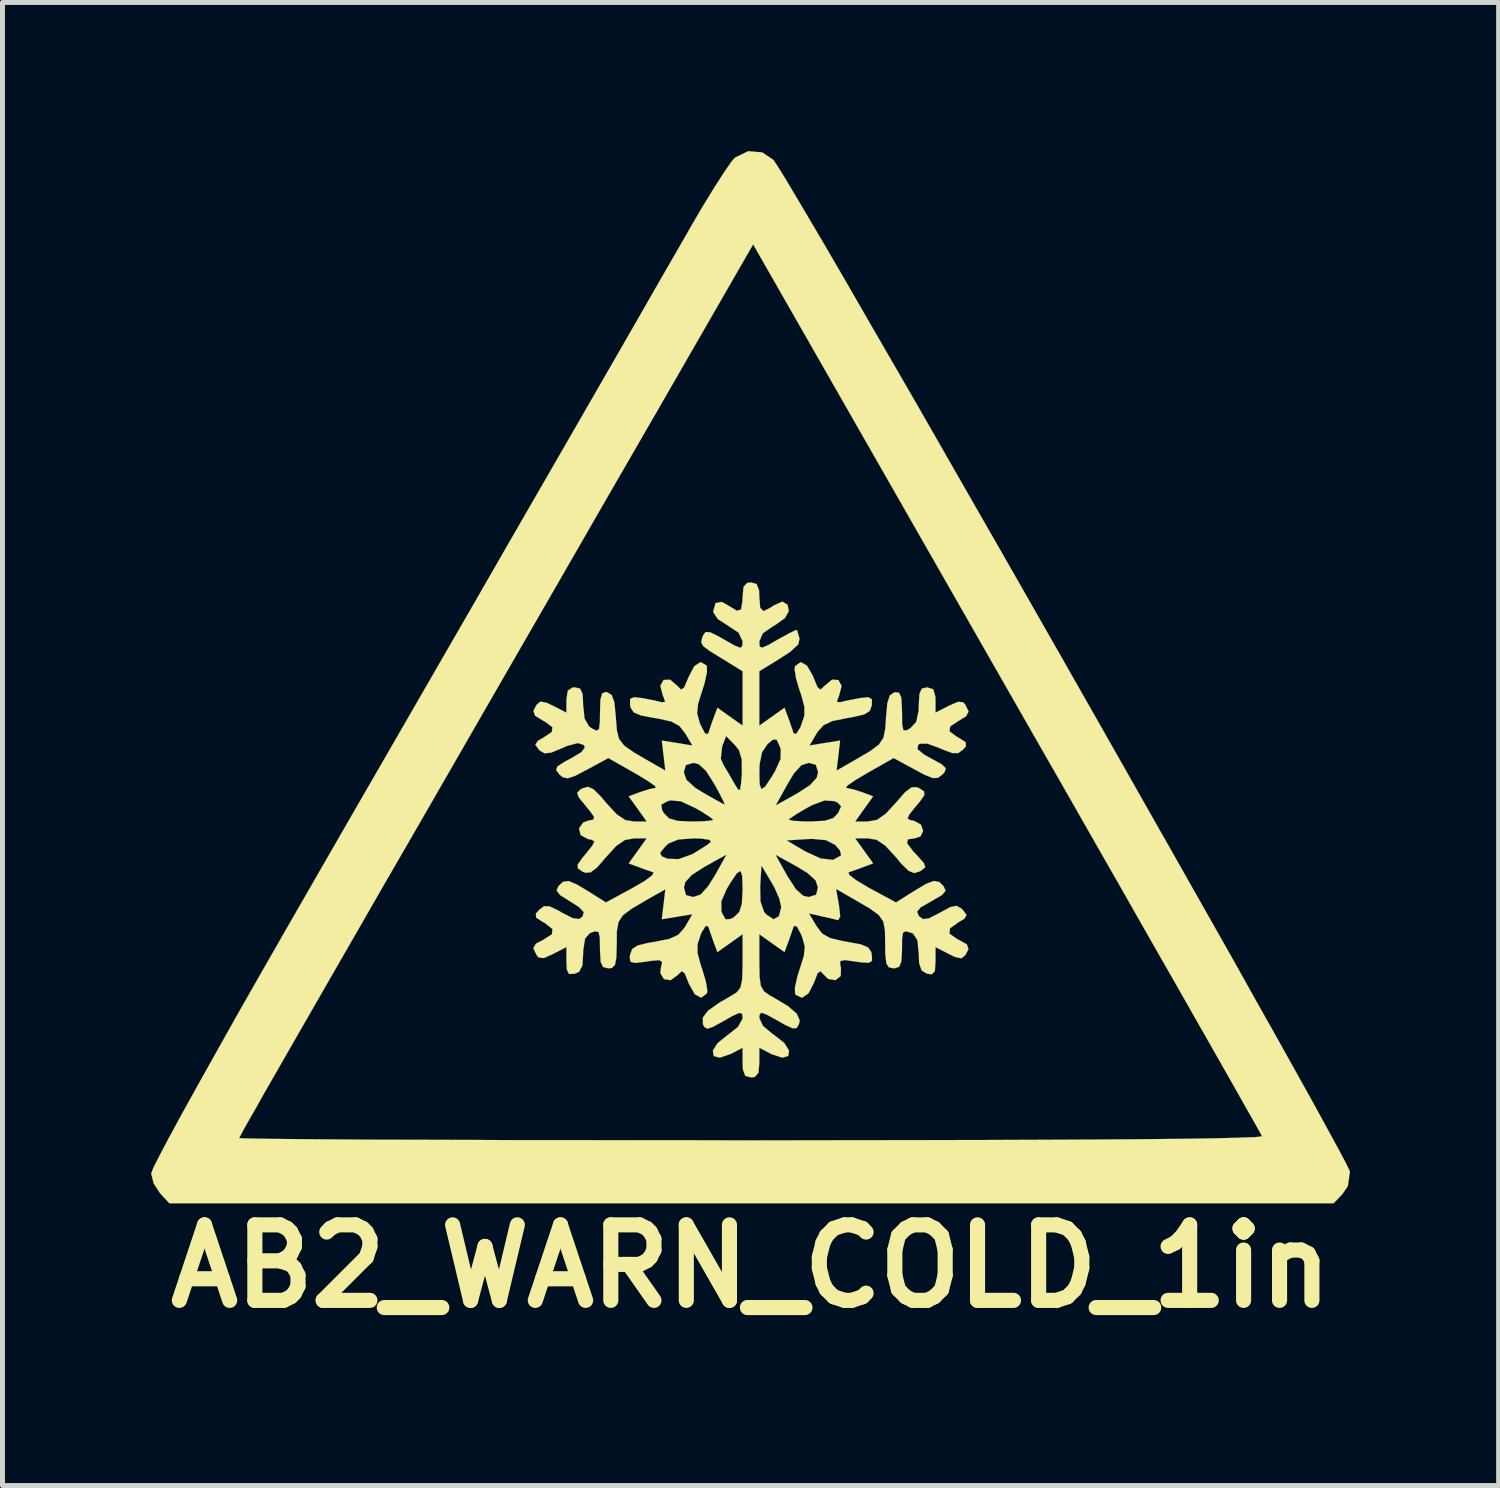
<source format=kicad_pcb>
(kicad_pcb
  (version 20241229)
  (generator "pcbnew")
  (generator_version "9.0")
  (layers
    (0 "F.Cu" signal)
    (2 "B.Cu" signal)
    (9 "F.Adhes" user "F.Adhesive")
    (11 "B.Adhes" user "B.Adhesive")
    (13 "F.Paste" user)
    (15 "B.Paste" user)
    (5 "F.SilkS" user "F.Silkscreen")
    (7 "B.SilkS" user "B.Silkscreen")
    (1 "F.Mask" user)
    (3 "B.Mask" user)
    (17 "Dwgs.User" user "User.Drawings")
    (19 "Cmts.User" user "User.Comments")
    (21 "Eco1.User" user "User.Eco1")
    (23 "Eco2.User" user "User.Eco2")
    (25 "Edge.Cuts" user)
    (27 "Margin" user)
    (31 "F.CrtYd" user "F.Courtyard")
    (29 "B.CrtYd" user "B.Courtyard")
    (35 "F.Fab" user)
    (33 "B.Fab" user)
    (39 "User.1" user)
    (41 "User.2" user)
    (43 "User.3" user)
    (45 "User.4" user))
  (footprint "AB2_WARN_COLD_1in"
    (layer "F.Cu")
    (at 12.109 10.57)
    (property "Reference" "AB2_WARN_COLD_1in" (at 0 11.938 0) (layer "F.SilkS") (effects (font (size 1.524 1.524) (thickness 0.305))))
    (attr through_hole)
    (fp_poly (pts (xy 12.088 10.033) (xy 12.047 10.32) (xy 11.941 10.477) (xy 11.76 10.668) (xy 10.315 10.668) (xy 10.315 9.314) (xy 10.269 9.23) (xy 10.145 9.009) (xy 9.947 8.661) (xy 9.682 8.191) (xy 9.352 7.61) (xy 8.964 6.929) (xy 8.522 6.152) (xy 8.031 5.293) (xy 7.501 4.361) (xy 6.929 3.36) (xy 6.327 2.304) (xy 5.695 1.201) (xy 5.164 0.272) (xy 0.043 -8.687) (xy -1.91 -5.296) (xy -2.921 -3.546) (xy -3.848 -1.935) (xy -4.699 -0.46) (xy -5.474 0.884) (xy -6.177 2.106) (xy -6.812 3.208) (xy -7.384 4.196) (xy -7.892 5.08) (xy -8.341 5.86) (xy -8.735 6.546) (xy -9.075 7.137) (xy -9.368 7.648) (xy -9.614 8.077) (xy -9.82 8.435) (xy -9.982 8.725) (xy -10.112 8.951) (xy -10.208 9.121) (xy -10.274 9.241) (xy -10.312 9.314) (xy -10.33 9.347) (xy -10.33 9.352) (xy -10.249 9.357) (xy -10.005 9.362) (xy -9.614 9.368) (xy -9.086 9.373) (xy -8.428 9.378) (xy -7.653 9.383) (xy -6.769 9.385) (xy -5.786 9.388) (xy -4.719 9.393) (xy -3.574 9.393) (xy -2.362 9.395) (xy -1.092 9.395) (xy 0.005 9.398) (xy 1.725 9.395) (xy 3.294 9.393) (xy 4.709 9.39) (xy 5.969 9.385) (xy 7.074 9.38) (xy 8.019 9.373) (xy 8.804 9.365) (xy 9.426 9.355) (xy 9.886 9.342) (xy 10.18 9.332) (xy 10.307 9.317) (xy 10.315 9.314) (xy 10.315 10.668) (xy 0.01 10.668) (xy -11.74 10.668) (xy -11.925 10.47) (xy -12.057 10.267) (xy -12.108 10.069) (xy -12.068 9.962) (xy -11.946 9.718) (xy -11.753 9.352) (xy -11.491 8.87) (xy -11.168 8.288) (xy -10.79 7.612) (xy -10.366 6.858) (xy -9.896 6.032) (xy -9.39 5.149) (xy -9.009 4.486) (xy -8.014 2.758) (xy -7.099 1.173) (xy -6.261 -0.279) (xy -5.499 -1.6) (xy -4.811 -2.797) (xy -4.188 -3.876) (xy -3.63 -4.844) (xy -3.134 -5.705) (xy -2.697 -6.464) (xy -2.314 -7.13) (xy -1.984 -7.706) (xy -1.702 -8.197) (xy -1.463 -8.611) (xy -1.267 -8.951) (xy -1.255 -8.976) (xy -1.001 -9.411) (xy -0.762 -9.802) (xy -0.556 -10.124) (xy -0.404 -10.345) (xy -0.328 -10.437) (xy -0.056 -10.569) (xy 0.226 -10.544) (xy 0.45 -10.394) (xy 0.521 -10.29) (xy 0.671 -10.051) (xy 0.889 -9.685) (xy 1.173 -9.205) (xy 1.519 -8.618) (xy 1.915 -7.938) (xy 2.357 -7.17) (xy 2.842 -6.332) (xy 3.363 -5.431) (xy 3.912 -4.473) (xy 4.483 -3.475) (xy 5.075 -2.443) (xy 5.677 -1.389) (xy 6.284 -0.325) (xy 6.891 0.742) (xy 7.493 1.801) (xy 8.082 2.84) (xy 8.654 3.848) (xy 9.202 4.816) (xy 9.721 5.733) (xy 10.201 6.591) (xy 10.643 7.376) (xy 11.036 8.082) (xy 11.377 8.694) (xy 11.656 9.205) (xy 11.872 9.601) (xy 12.017 9.876) (xy 12.085 10.018) (xy 12.088 10.033)) (stroke (width 0.003) (type solid)) (fill yes) (layer "F.SilkS"))
    (fp_poly (pts (xy 4.392 0.742) (xy 4.343 0.836) (xy 4.191 0.93) (xy 4.018 1.044) (xy 4.006 1.14) (xy 4.153 1.25) (xy 4.191 1.27) (xy 4.333 1.361) (xy 4.338 1.443) (xy 4.28 1.511) (xy 4.183 1.58) (xy 4.061 1.58) (xy 3.858 1.504) (xy 3.81 1.481) (xy 3.556 1.389) (xy 3.406 1.392) (xy 3.373 1.417) (xy 3.36 1.501) (xy 3.49 1.608) (xy 3.64 1.692) (xy 3.851 1.808) (xy 3.932 1.887) (xy 3.907 1.966) (xy 3.866 2.012) (xy 3.774 2.08) (xy 3.67 2.085) (xy 3.5 2.017) (xy 3.305 1.913) (xy 2.878 1.681) (xy 2.349 1.981) (xy 2.106 2.126) (xy 1.951 2.233) (xy 1.913 2.283) (xy 1.92 2.283) (xy 2.068 2.314) (xy 2.243 2.37) (xy 2.466 2.454) (xy 2.283 2.708) (xy 2.103 2.962) (xy 2.357 2.962) (xy 2.543 2.929) (xy 2.72 2.804) (xy 2.924 2.583) (xy 3.109 2.37) (xy 3.239 2.273) (xy 3.345 2.268) (xy 3.399 2.291) (xy 3.493 2.355) (xy 3.498 2.431) (xy 3.404 2.565) (xy 3.332 2.649) (xy 3.195 2.819) (xy 3.16 2.903) (xy 3.223 2.936) (xy 3.287 2.946) (xy 3.429 3.023) (xy 3.475 3.152) (xy 3.419 3.264) (xy 3.302 3.302) (xy 3.165 3.322) (xy 3.152 3.401) (xy 3.269 3.559) (xy 3.353 3.647) (xy 3.49 3.802) (xy 3.518 3.884) (xy 3.442 3.947) (xy 3.404 3.97) (xy 3.292 4.003) (xy 3.18 3.957) (xy 3.03 3.81) (xy 2.924 3.68) (xy 2.708 3.447) (xy 2.532 3.33) (xy 2.357 3.302) (xy 2.103 3.302) (xy 2.283 3.553) (xy 2.466 3.807) (xy 2.268 3.881) (xy 2.073 3.952) (xy 1.968 3.988) (xy 1.984 4.039) (xy 2.121 4.145) (xy 2.355 4.285) (xy 2.395 4.308) (xy 2.926 4.595) (xy 3.282 4.371) (xy 3.536 4.219) (xy 3.693 4.161) (xy 3.802 4.183) (xy 3.889 4.27) (xy 3.927 4.359) (xy 3.856 4.445) (xy 3.653 4.564) (xy 3.64 4.572) (xy 3.429 4.691) (xy 3.353 4.78) (xy 3.386 4.869) (xy 3.388 4.869) (xy 3.472 4.933) (xy 3.594 4.915) (xy 3.802 4.808) (xy 3.815 4.801) (xy 4.023 4.689) (xy 4.148 4.663) (xy 4.244 4.717) (xy 4.275 4.745) (xy 4.351 4.849) (xy 4.305 4.925) (xy 4.191 4.994) (xy 4.016 5.118) (xy 4.006 5.225) (xy 4.161 5.334) (xy 4.191 5.349) (xy 4.356 5.441) (xy 4.389 5.537) (xy 4.326 5.659) (xy 4.249 5.723) (xy 4.12 5.697) (xy 3.99 5.634) (xy 3.724 5.497) (xy 3.724 5.789) (xy 3.711 5.982) (xy 3.65 6.045) (xy 3.556 6.035) (xy 3.444 5.969) (xy 3.393 5.822) (xy 3.386 5.629) (xy 3.358 5.357) (xy 3.272 5.225) (xy 3.251 5.215) (xy 3.129 5.177) (xy 3.068 5.204) (xy 3.048 5.339) (xy 3.048 5.545) (xy 3.035 5.784) (xy 2.99 5.895) (xy 2.891 5.926) (xy 2.878 5.926) (xy 2.781 5.905) (xy 2.731 5.824) (xy 2.71 5.639) (xy 2.708 5.428) (xy 2.703 5.161) (xy 2.67 4.981) (xy 2.576 4.846) (xy 2.393 4.714) (xy 2.106 4.547) (xy 1.819 4.381) (xy 1.819 3.64) (xy 1.819 2.654) (xy 1.745 2.578) (xy 1.679 2.55) (xy 1.488 2.537) (xy 1.354 2.586) (xy 1.354 1.968) (xy 1.308 1.816) (xy 1.163 1.778) (xy 1.016 1.826) (xy 0.866 1.991) (xy 0.737 2.207) (xy 0.599 2.454) (xy 0.599 1.504) (xy 0.582 1.448) (xy 0.516 1.308) (xy 0.439 1.311) (xy 0.335 1.397) (xy 0.224 1.56) (xy 0.173 1.806) (xy 0.168 1.976) (xy 0.175 2.215) (xy 0.211 2.309) (xy 0.287 2.256) (xy 0.422 2.052) (xy 0.485 1.946) (xy 0.597 1.699) (xy 0.599 1.504) (xy 0.599 2.454) (xy 0.498 2.637) (xy 0.927 2.398) (xy 1.194 2.225) (xy 1.326 2.078) (xy 1.354 1.968) (xy 1.354 2.586) (xy 1.234 2.631) (xy 1.128 2.687) (xy 0.917 2.812) (xy 0.785 2.901) (xy 0.762 2.926) (xy 0.838 2.946) (xy 1.034 2.959) (xy 1.206 2.962) (xy 1.491 2.946) (xy 1.661 2.893) (xy 1.758 2.791) (xy 1.819 2.654) (xy 1.819 3.64) (xy 1.793 3.543) (xy 1.699 3.434) (xy 1.514 3.338) (xy 1.229 3.312) (xy 1.13 3.317) (xy 0.719 3.343) (xy 1.092 3.564) (xy 1.407 3.708) (xy 1.656 3.736) (xy 1.811 3.65) (xy 1.819 3.64) (xy 1.819 4.381) (xy 1.717 4.323) (xy 1.775 4.651) (xy 1.801 4.877) (xy 1.76 4.953) (xy 1.742 4.95) (xy 1.595 4.912) (xy 1.41 4.872) (xy 1.351 4.856) (xy 1.351 4.295) (xy 1.303 4.15) (xy 1.138 4) (xy 0.922 3.868) (xy 0.493 3.632) (xy 0.732 4.059) (xy 0.904 4.326) (xy 1.052 4.46) (xy 1.163 4.486) (xy 1.313 4.44) (xy 1.351 4.295) (xy 1.351 4.856) (xy 1.171 4.818) (xy 1.318 5.067) (xy 1.435 5.222) (xy 1.595 5.314) (xy 1.852 5.375) (xy 1.938 5.39) (xy 2.215 5.441) (xy 2.365 5.504) (xy 2.428 5.598) (xy 2.438 5.652) (xy 2.443 5.771) (xy 2.38 5.814) (xy 2.21 5.804) (xy 2.111 5.789) (xy 1.892 5.758) (xy 1.801 5.779) (xy 1.801 5.86) (xy 1.816 5.913) (xy 1.811 6.081) (xy 1.704 6.165) (xy 1.557 6.139) (xy 1.476 6.06) (xy 1.402 5.984) (xy 1.344 6.025) (xy 1.275 6.205) (xy 1.27 6.218) (xy 1.161 6.431) (xy 1.029 6.52) (xy 0.907 6.462) (xy 0.889 6.434) (xy 0.886 6.314) (xy 0.935 6.093) (xy 0.983 5.939) (xy 1.067 5.672) (xy 1.085 5.486) (xy 1.036 5.304) (xy 1.013 5.245) (xy 0.927 5.083) (xy 0.869 5.067) (xy 0.859 5.085) (xy 0.8 5.258) (xy 0.749 5.403) (xy 0.676 5.598) (xy 0.61 5.55) (xy 0.61 4.689) (xy 0.572 4.521) (xy 0.47 4.288) (xy 0.414 4.191) (xy 0.211 3.851) (xy 0.185 4.262) (xy 0.191 4.577) (xy 0.264 4.785) (xy 0.305 4.836) (xy 0.455 4.935) (xy 0.564 4.874) (xy 0.61 4.689) (xy 0.61 5.55) (xy 0.422 5.418) (xy 0.168 5.237) (xy 0.168 5.796) (xy 0.173 6.099) (xy 0.198 6.281) (xy 0.264 6.391) (xy 0.386 6.477) (xy 0.432 6.5) (xy 0.749 6.69) (xy 0.925 6.843) (xy 0.983 6.975) (xy 0.968 7.051) (xy 0.922 7.13) (xy 0.841 7.137) (xy 0.686 7.066) (xy 0.538 6.982) (xy 0.32 6.861) (xy 0.211 6.82) (xy 0.173 6.861) (xy 0.168 6.929) (xy 0.241 7.087) (xy 0.437 7.252) (xy 0.465 7.269) (xy 0.671 7.432) (xy 0.767 7.584) (xy 0.752 7.694) (xy 0.632 7.729) (xy 0.417 7.658) (xy 0.411 7.656) (xy 0.168 7.529) (xy 0.168 7.828) (xy 0.15 8.034) (xy 0.076 8.118) (xy 0 8.128) (xy -0.117 8.095) (xy -0.165 7.965) (xy -0.17 7.828) (xy -0.17 7.529) (xy -0.414 7.656) (xy -0.632 7.729) (xy -0.754 7.696) (xy -0.77 7.587) (xy -0.676 7.435) (xy -0.472 7.272) (xy -0.467 7.269) (xy -0.262 7.107) (xy -0.173 6.944) (xy -0.17 6.929) (xy -0.18 6.84) (xy -0.239 6.825) (xy -0.378 6.888) (xy -0.541 6.982) (xy -0.762 7.104) (xy -0.881 7.145) (xy -0.945 7.107) (xy -0.97 7.051) (xy -0.973 6.919) (xy -0.866 6.779) (xy -0.632 6.614) (xy -0.434 6.5) (xy -0.292 6.413) (xy -0.213 6.314) (xy -0.18 6.157) (xy -0.17 5.89) (xy -0.17 5.796) (xy -0.17 5.237) (xy -0.17 4.343) (xy -0.17 4.321) (xy -0.178 4.064) (xy -0.185 4.039) (xy -0.185 1.996) (xy -0.188 1.707) (xy -0.244 1.519) (xy -0.333 1.41) (xy -0.503 1.237) (xy -0.582 1.443) (xy -0.61 1.694) (xy -0.556 1.819) (xy -0.432 2.027) (xy -0.333 2.2) (xy -0.262 2.316) (xy -0.221 2.322) (xy -0.201 2.195) (xy -0.185 1.996) (xy -0.185 4.039) (xy -0.211 3.96) (xy -0.287 4.006) (xy -0.417 4.201) (xy -0.488 4.318) (xy -0.495 4.333) (xy -0.495 3.632) (xy -0.531 3.65) (xy -0.531 2.621) (xy -0.556 2.555) (xy -0.643 2.383) (xy -0.742 2.202) (xy -0.912 1.935) (xy -1.059 1.803) (xy -1.166 1.778) (xy -1.316 1.824) (xy -1.356 1.968) (xy -1.303 2.121) (xy -1.125 2.281) (xy -0.953 2.388) (xy -0.729 2.515) (xy -0.574 2.601) (xy -0.531 2.621) (xy -0.531 3.65) (xy -0.762 3.777) (xy -0.762 2.926) (xy -0.831 2.87) (xy -1.001 2.761) (xy -1.13 2.687) (xy -1.415 2.555) (xy -1.623 2.535) (xy -1.681 2.55) (xy -1.811 2.621) (xy -1.796 2.728) (xy -1.76 2.791) (xy -1.656 2.898) (xy -1.483 2.949) (xy -1.209 2.962) (xy -0.96 2.957) (xy -0.798 2.941) (xy -0.762 2.926) (xy -0.762 3.777) (xy -0.81 3.805) (xy -0.81 3.371) (xy -0.838 3.332) (xy -0.998 3.307) (xy -1.156 3.302) (xy -1.466 3.325) (xy -1.664 3.404) (xy -1.735 3.47) (xy -1.834 3.594) (xy -1.803 3.663) (xy -1.684 3.713) (xy -1.463 3.721) (xy -1.179 3.619) (xy -0.884 3.434) (xy -0.81 3.371) (xy -0.81 3.805) (xy -0.925 3.868) (xy -1.194 4.039) (xy -1.326 4.183) (xy -1.354 4.295) (xy -1.311 4.448) (xy -1.166 4.486) (xy -1.019 4.437) (xy -0.869 4.272) (xy -0.734 4.059) (xy -0.495 3.632) (xy -0.495 4.333) (xy -0.599 4.572) (xy -0.597 4.775) (xy -0.587 4.806) (xy -0.513 4.938) (xy -0.406 4.928) (xy -0.343 4.892) (xy -0.239 4.79) (xy -0.185 4.623) (xy -0.17 4.343) (xy -0.17 5.237) (xy -0.424 5.418) (xy -0.678 5.598) (xy -0.752 5.403) (xy -0.823 5.199) (xy -0.861 5.085) (xy -0.912 5.065) (xy -0.996 5.197) (xy -1.016 5.245) (xy -1.079 5.438) (xy -1.079 5.618) (xy -1.016 5.855) (xy -0.986 5.939) (xy -0.912 6.19) (xy -0.881 6.378) (xy -0.892 6.434) (xy -1.006 6.518) (xy -1.135 6.449) (xy -1.252 6.241) (xy -1.262 6.215) (xy -1.339 6.027) (xy -1.397 5.982) (xy -1.471 6.05) (xy -1.478 6.06) (xy -1.623 6.165) (xy -1.758 6.142) (xy -1.831 6.022) (xy -1.819 5.913) (xy -1.793 5.801) (xy -1.847 5.761) (xy -2.012 5.773) (xy -2.113 5.789) (xy -2.334 5.817) (xy -2.433 5.794) (xy -2.449 5.705) (xy -2.441 5.652) (xy -2.4 5.537) (xy -2.291 5.464) (xy -2.07 5.41) (xy -1.941 5.39) (xy -1.648 5.331) (xy -1.468 5.248) (xy -1.346 5.11) (xy -1.326 5.077) (xy -1.184 4.834) (xy -1.491 4.884) (xy -1.801 4.935) (xy -1.765 4.633) (xy -1.73 4.331) (xy -2.116 4.549) (xy -2.408 4.722) (xy -2.586 4.854) (xy -2.675 4.991) (xy -2.708 5.177) (xy -2.71 5.428) (xy -2.718 5.707) (xy -2.746 5.857) (xy -2.809 5.918) (xy -2.88 5.926) (xy -2.985 5.9) (xy -3.035 5.796) (xy -3.048 5.573) (xy -3.048 5.545) (xy -3.053 5.301) (xy -3.078 5.192) (xy -3.152 5.179) (xy -3.254 5.215) (xy -3.35 5.326) (xy -3.388 5.573) (xy -3.388 5.629) (xy -3.404 5.87) (xy -3.467 5.992) (xy -3.556 6.035) (xy -3.673 6.04) (xy -3.719 5.949) (xy -3.726 5.789) (xy -3.726 5.497) (xy -3.993 5.634) (xy -4.181 5.718) (xy -4.285 5.707) (xy -4.328 5.659) (xy -4.394 5.519) (xy -4.343 5.428) (xy -4.191 5.349) (xy -4.018 5.237) (xy -4.008 5.131) (xy -4.166 5.009) (xy -4.194 4.994) (xy -4.338 4.902) (xy -4.343 4.821) (xy -4.277 4.745) (xy -4.178 4.671) (xy -4.067 4.674) (xy -3.886 4.76) (xy -3.818 4.801) (xy -3.599 4.912) (xy -3.47 4.93) (xy -3.399 4.879) (xy -3.376 4.79) (xy -3.475 4.686) (xy -3.647 4.577) (xy -3.853 4.448) (xy -3.924 4.354) (xy -3.889 4.267) (xy -3.792 4.176) (xy -3.68 4.163) (xy -3.513 4.234) (xy -3.284 4.371) (xy -2.929 4.595) (xy -2.398 4.308) (xy -2.154 4.166) (xy -1.999 4.051) (xy -1.963 3.99) (xy -1.971 3.988) (xy -2.131 3.932) (xy -2.271 3.881) (xy -2.469 3.807) (xy -2.286 3.553) (xy -2.106 3.302) (xy -2.36 3.302) (xy -2.545 3.335) (xy -2.723 3.457) (xy -2.926 3.68) (xy -3.111 3.894) (xy -3.241 3.99) (xy -3.348 3.995) (xy -3.401 3.973) (xy -3.495 3.907) (xy -3.5 3.833) (xy -3.406 3.698) (xy -3.335 3.614) (xy -3.198 3.442) (xy -3.162 3.36) (xy -3.226 3.327) (xy -3.289 3.317) (xy -3.439 3.236) (xy -3.472 3.101) (xy -3.388 2.982) (xy -3.289 2.946) (xy -3.183 2.924) (xy -3.167 2.87) (xy -3.254 2.748) (xy -3.335 2.649) (xy -3.475 2.477) (xy -3.51 2.383) (xy -3.449 2.319) (xy -3.401 2.291) (xy -3.289 2.261) (xy -3.178 2.311) (xy -3.023 2.466) (xy -2.926 2.583) (xy -2.71 2.817) (xy -2.535 2.934) (xy -2.36 2.962) (xy -2.106 2.962) (xy -2.286 2.708) (xy -2.469 2.454) (xy -2.245 2.37) (xy -2.045 2.306) (xy -1.923 2.283) (xy -1.938 2.245) (xy -2.078 2.146) (xy -2.306 2.007) (xy -2.352 1.981) (xy -2.88 1.681) (xy -3.307 1.913) (xy -3.553 2.042) (xy -3.701 2.09) (xy -3.8 2.068) (xy -3.868 2.012) (xy -3.934 1.923) (xy -3.907 1.849) (xy -3.759 1.753) (xy -3.642 1.692) (xy -3.424 1.562) (xy -3.353 1.466) (xy -3.376 1.417) (xy -3.495 1.379) (xy -3.708 1.435) (xy -3.813 1.481) (xy -4.036 1.572) (xy -4.168 1.585) (xy -4.265 1.529) (xy -4.282 1.511) (xy -4.354 1.41) (xy -4.3 1.331) (xy -4.194 1.27) (xy -4.021 1.156) (xy -4.008 1.059) (xy -4.153 0.95) (xy -4.191 0.93) (xy -4.359 0.826) (xy -4.392 0.729) (xy -4.328 0.605) (xy -4.252 0.541) (xy -4.122 0.566) (xy -3.993 0.627) (xy -3.726 0.765) (xy -3.726 0.508) (xy -3.701 0.323) (xy -3.604 0.257) (xy -3.556 0.254) (xy -3.449 0.279) (xy -3.399 0.389) (xy -3.388 0.612) (xy -3.36 0.884) (xy -3.269 1.041) (xy -3.218 1.079) (xy -3.119 1.13) (xy -3.068 1.097) (xy -3.051 0.953) (xy -3.048 0.754) (xy -3.04 0.5) (xy -3.005 0.376) (xy -2.931 0.348) (xy -2.901 0.353) (xy -2.812 0.409) (xy -2.758 0.554) (xy -2.731 0.828) (xy -2.728 0.861) (xy -2.708 1.12) (xy -2.664 1.295) (xy -2.56 1.43) (xy -2.367 1.565) (xy -2.116 1.712) (xy -1.73 1.933) (xy -1.765 1.631) (xy -1.801 1.328) (xy -1.491 1.377) (xy -1.184 1.427) (xy -1.326 1.186) (xy -1.443 1.036) (xy -1.605 0.945) (xy -1.872 0.884) (xy -1.941 0.874) (xy -2.217 0.823) (xy -2.367 0.759) (xy -2.431 0.663) (xy -2.441 0.615) (xy -2.441 0.488) (xy -2.362 0.452) (xy -2.187 0.472) (xy -1.961 0.516) (xy -1.801 0.554) (xy -1.798 0.554) (xy -1.732 0.546) (xy -1.773 0.432) (xy -1.781 0.419) (xy -1.831 0.221) (xy -1.765 0.104) (xy -1.633 0.099) (xy -1.483 0.226) (xy -1.41 0.3) (xy -1.349 0.257) (xy -1.273 0.076) (xy -1.265 0.056) (xy -1.148 -0.17) (xy -1.021 -0.257) (xy -0.902 -0.191) (xy -0.892 -0.173) (xy -0.889 -0.051) (xy -0.937 0.168) (xy -0.986 0.323) (xy -1.069 0.589) (xy -1.087 0.777) (xy -1.039 0.96) (xy -1.016 1.016) (xy -0.93 1.181) (xy -0.871 1.196) (xy -0.861 1.179) (xy -0.803 1.003) (xy -0.752 0.861) (xy -0.678 0.665) (xy -0.424 0.846) (xy -0.17 1.026) (xy -0.17 0.478) (xy -0.17 -0.071) (xy -0.594 -0.333) (xy -0.838 -0.483) (xy -0.965 -0.579) (xy -1.006 -0.655) (xy -0.986 -0.747) (xy -0.965 -0.798) (xy -0.917 -0.864) (xy -0.818 -0.856) (xy -0.63 -0.762) (xy -0.544 -0.711) (xy -0.325 -0.587) (xy -0.213 -0.544) (xy -0.175 -0.582) (xy -0.17 -0.673) (xy -0.249 -0.848) (xy -0.467 -0.993) (xy -0.671 -1.125) (xy -0.762 -1.265) (xy -0.762 -1.283) (xy -0.716 -1.448) (xy -0.587 -1.471) (xy -0.457 -1.397) (xy -0.287 -1.293) (xy -0.201 -1.318) (xy -0.173 -1.494) (xy -0.17 -1.567) (xy -0.152 -1.773) (xy -0.079 -1.854) (xy 0 -1.864) (xy 0.114 -1.831) (xy 0.163 -1.702) (xy 0.168 -1.567) (xy 0.185 -1.351) (xy 0.254 -1.285) (xy 0.401 -1.359) (xy 0.455 -1.397) (xy 0.632 -1.478) (xy 0.739 -1.412) (xy 0.762 -1.283) (xy 0.686 -1.146) (xy 0.495 -1.008) (xy 0.465 -0.993) (xy 0.236 -0.836) (xy 0.168 -0.673) (xy 0.175 -0.572) (xy 0.224 -0.546) (xy 0.345 -0.599) (xy 0.549 -0.716) (xy 0.762 -0.833) (xy 0.899 -0.899) (xy 0.93 -0.902) (xy 0.958 -0.798) (xy 0.98 -0.732) (xy 0.955 -0.615) (xy 0.79 -0.462) (xy 0.599 -0.338) (xy 0.168 -0.071) (xy 0.168 0.478) (xy 0.168 1.026) (xy 0.422 0.846) (xy 0.676 0.665) (xy 0.749 0.861) (xy 0.82 1.064) (xy 0.859 1.179) (xy 0.909 1.196) (xy 0.993 1.067) (xy 1.013 1.016) (xy 1.077 0.823) (xy 1.077 0.645) (xy 1.013 0.406) (xy 0.983 0.323) (xy 0.909 0.074) (xy 0.879 -0.114) (xy 0.889 -0.173) (xy 1.003 -0.257) (xy 1.13 -0.185) (xy 1.25 0.025) (xy 1.262 0.056) (xy 1.341 0.249) (xy 1.402 0.3) (xy 1.473 0.234) (xy 1.481 0.226) (xy 1.636 0.097) (xy 1.765 0.107) (xy 1.829 0.226) (xy 1.778 0.419) (xy 1.73 0.541) (xy 1.786 0.556) (xy 1.796 0.554) (xy 1.951 0.518) (xy 2.177 0.475) (xy 2.184 0.472) (xy 2.372 0.452) (xy 2.441 0.498) (xy 2.438 0.615) (xy 2.398 0.729) (xy 2.286 0.8) (xy 2.06 0.853) (xy 1.938 0.874) (xy 1.646 0.932) (xy 1.466 1.016) (xy 1.344 1.151) (xy 1.323 1.186) (xy 1.181 1.427) (xy 1.488 1.377) (xy 1.798 1.328) (xy 1.763 1.631) (xy 1.727 1.933) (xy 2.113 1.712) (xy 2.403 1.542) (xy 2.581 1.41) (xy 2.672 1.273) (xy 2.71 1.087) (xy 2.725 0.861) (xy 2.751 0.572) (xy 2.802 0.417) (xy 2.888 0.356) (xy 2.898 0.353) (xy 2.987 0.361) (xy 3.033 0.455) (xy 3.045 0.668) (xy 3.048 0.754) (xy 3.051 1.006) (xy 3.076 1.118) (xy 3.137 1.123) (xy 3.216 1.079) (xy 3.335 0.95) (xy 3.383 0.724) (xy 3.386 0.612) (xy 3.399 0.384) (xy 3.449 0.277) (xy 3.556 0.254) (xy 3.678 0.292) (xy 3.721 0.439) (xy 3.724 0.508) (xy 3.724 0.765) (xy 3.99 0.627) (xy 4.178 0.546) (xy 4.282 0.554) (xy 4.326 0.605) (xy 4.392 0.742)) (stroke (width 0.003) (type solid)) (fill yes) (layer "F.SilkS")))
  (gr_rect
    (start -3 -3)
    (end 27.199 26.935)
    (stroke (width 0.1) (type default))
    (fill no)
    (layer "Edge.Cuts")))
</source>
